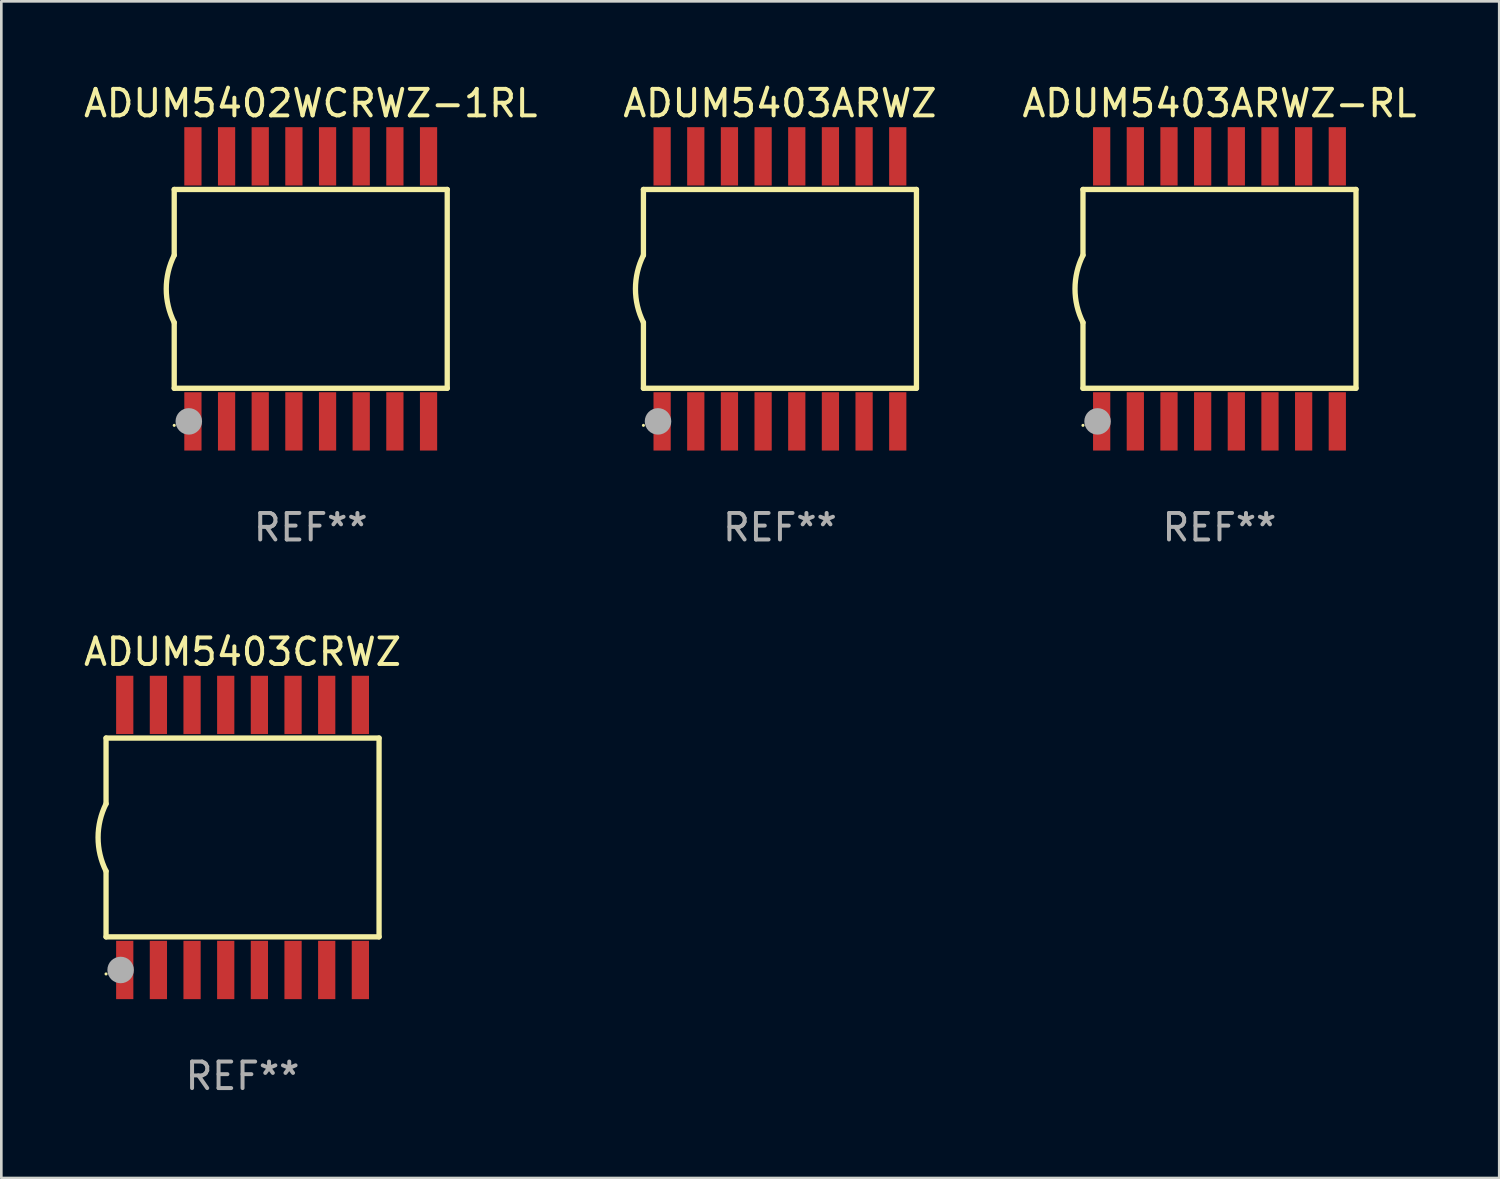
<source format=kicad_pcb>
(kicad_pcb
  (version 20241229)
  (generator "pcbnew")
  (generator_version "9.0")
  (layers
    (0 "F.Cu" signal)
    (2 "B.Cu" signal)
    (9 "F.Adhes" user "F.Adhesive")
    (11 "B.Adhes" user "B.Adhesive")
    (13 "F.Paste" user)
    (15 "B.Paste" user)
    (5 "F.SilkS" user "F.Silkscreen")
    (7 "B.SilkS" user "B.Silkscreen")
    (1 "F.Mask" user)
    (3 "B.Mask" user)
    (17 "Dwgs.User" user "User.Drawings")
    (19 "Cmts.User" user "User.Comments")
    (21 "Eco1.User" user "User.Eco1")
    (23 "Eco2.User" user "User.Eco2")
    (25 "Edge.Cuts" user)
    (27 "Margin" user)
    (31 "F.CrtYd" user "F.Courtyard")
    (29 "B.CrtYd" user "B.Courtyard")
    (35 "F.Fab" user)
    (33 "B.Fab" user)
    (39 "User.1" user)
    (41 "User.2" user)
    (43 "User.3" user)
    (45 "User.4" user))
  (footprint "ADUM5402WCRWZ-1RL"
    (layer "F.Cu")
    (at 8.673 7.848)
    (property "Reference" "ADUM5402WCRWZ-1RL" (at 0 -7 0) (layer "F.SilkS") (effects (font (size 1 1) (thickness 0.15))))
    (attr through_hole)
    (fp_line (start -5.15 -3.75) (end -5.15 -1.27) (stroke (width 0.2) (type solid)) (layer "F.SilkS"))
    (fp_line (start -5.15 -3.75) (end 5.15 -3.75) (stroke (width 0.2) (type solid)) (layer "F.SilkS"))
    (fp_line (start -5.15 3.75) (end -5.15 1.27) (stroke (width 0.2) (type solid)) (layer "F.SilkS"))
    (fp_line (start 5.15 -3.75) (end 5.15 3.75) (stroke (width 0.2) (type solid)) (layer "F.SilkS"))
    (fp_line (start 5.15 3.75) (end -5.15 3.75) (stroke (width 0.2) (type solid)) (layer "F.SilkS"))
    (fp_arc (start -5.151131 1.270003) (mid -5.450556 -0.000132) (end -5.150013 -1.270003) (stroke (width 0.2) (type solid)) (layer "F.SilkS"))
    (fp_circle (center -5.15 5.15) (end -5.12 5.15) (stroke (width 0.06) (type solid)) (fill no) (layer "F.SilkS"))
    (fp_circle (center -4.6 5) (end -4.35 5) (stroke (width 0.5) (type solid)) (fill no) (layer "F.Fab"))
    (fp_text user "REF**" (at 0 9 0) (layer "F.Fab") (effects (font (size 1 1) (thickness 0.15))))
    (pad "1" smd rect (at -4.445 5) (size 0.65 2.2) (layers "F.Cu" "F.Mask" "F.Paste"))
    (pad "2" smd rect (at -3.175 5) (size 0.65 2.2) (layers "F.Cu" "F.Mask" "F.Paste"))
    (pad "3" smd rect (at -1.905 5) (size 0.65 2.2) (layers "F.Cu" "F.Mask" "F.Paste"))
    (pad "4" smd rect (at -0.635 5) (size 0.65 2.2) (layers "F.Cu" "F.Mask" "F.Paste"))
    (pad "5" smd rect (at 0.635 5) (size 0.65 2.2) (layers "F.Cu" "F.Mask" "F.Paste"))
    (pad "6" smd rect (at 1.905 5) (size 0.65 2.2) (layers "F.Cu" "F.Mask" "F.Paste"))
    (pad "7" smd rect (at 3.175 5) (size 0.65 2.2) (layers "F.Cu" "F.Mask" "F.Paste"))
    (pad "8" smd rect (at 4.445 5) (size 0.65 2.2) (layers "F.Cu" "F.Mask" "F.Paste"))
    (pad "9" smd rect (at 4.445 -5) (size 0.65 2.2) (layers "F.Cu" "F.Mask" "F.Paste"))
    (pad "10" smd rect (at 3.175 -5) (size 0.65 2.2) (layers "F.Cu" "F.Mask" "F.Paste"))
    (pad "11" smd rect (at 1.905 -5) (size 0.65 2.2) (layers "F.Cu" "F.Mask" "F.Paste"))
    (pad "12" smd rect (at 0.635 -5) (size 0.65 2.2) (layers "F.Cu" "F.Mask" "F.Paste"))
    (pad "13" smd rect (at -0.635 -5) (size 0.65 2.2) (layers "F.Cu" "F.Mask" "F.Paste"))
    (pad "14" smd rect (at -1.905 -5) (size 0.65 2.2) (layers "F.Cu" "F.Mask" "F.Paste"))
    (pad "15" smd rect (at -3.175 -5) (size 0.65 2.2) (layers "F.Cu" "F.Mask" "F.Paste"))
    (pad "16" smd rect (at -4.445 -5) (size 0.65 2.2) (layers "F.Cu" "F.Mask" "F.Paste")))
  (footprint "ADUM5403CRWZ"
    (layer "F.Cu")
    (at 6.101 28.545)
    (property "Reference" "ADUM5403CRWZ" (at 0 -7 0) (layer "F.SilkS") (effects (font (size 1 1) (thickness 0.15))))
    (attr through_hole)
    (fp_line (start -5.15 -3.75) (end -5.15 -1.27) (stroke (width 0.2) (type solid)) (layer "F.SilkS"))
    (fp_line (start -5.15 -3.75) (end 5.15 -3.75) (stroke (width 0.2) (type solid)) (layer "F.SilkS"))
    (fp_line (start -5.15 3.75) (end -5.15 1.27) (stroke (width 0.2) (type solid)) (layer "F.SilkS"))
    (fp_line (start 5.15 -3.75) (end 5.15 3.75) (stroke (width 0.2) (type solid)) (layer "F.SilkS"))
    (fp_line (start 5.15 3.75) (end -5.15 3.75) (stroke (width 0.2) (type solid)) (layer "F.SilkS"))
    (fp_arc (start -5.151131 1.270003) (mid -5.450556 -0.000132) (end -5.150013 -1.270003) (stroke (width 0.2) (type solid)) (layer "F.SilkS"))
    (fp_circle (center -5.15 5.15) (end -5.12 5.15) (stroke (width 0.06) (type solid)) (fill no) (layer "F.SilkS"))
    (fp_circle (center -4.6 5) (end -4.35 5) (stroke (width 0.5) (type solid)) (fill no) (layer "F.Fab"))
    (fp_text user "REF**" (at 0 9 0) (layer "F.Fab") (effects (font (size 1 1) (thickness 0.15))))
    (pad "1" smd rect (at -4.445 5) (size 0.65 2.2) (layers "F.Cu" "F.Mask" "F.Paste"))
    (pad "2" smd rect (at -3.175 5) (size 0.65 2.2) (layers "F.Cu" "F.Mask" "F.Paste"))
    (pad "3" smd rect (at -1.905 5) (size 0.65 2.2) (layers "F.Cu" "F.Mask" "F.Paste"))
    (pad "4" smd rect (at -0.635 5) (size 0.65 2.2) (layers "F.Cu" "F.Mask" "F.Paste"))
    (pad "5" smd rect (at 0.635 5) (size 0.65 2.2) (layers "F.Cu" "F.Mask" "F.Paste"))
    (pad "6" smd rect (at 1.905 5) (size 0.65 2.2) (layers "F.Cu" "F.Mask" "F.Paste"))
    (pad "7" smd rect (at 3.175 5) (size 0.65 2.2) (layers "F.Cu" "F.Mask" "F.Paste"))
    (pad "8" smd rect (at 4.445 5) (size 0.65 2.2) (layers "F.Cu" "F.Mask" "F.Paste"))
    (pad "9" smd rect (at 4.445 -5) (size 0.65 2.2) (layers "F.Cu" "F.Mask" "F.Paste"))
    (pad "10" smd rect (at 3.175 -5) (size 0.65 2.2) (layers "F.Cu" "F.Mask" "F.Paste"))
    (pad "11" smd rect (at 1.905 -5) (size 0.65 2.2) (layers "F.Cu" "F.Mask" "F.Paste"))
    (pad "12" smd rect (at 0.635 -5) (size 0.65 2.2) (layers "F.Cu" "F.Mask" "F.Paste"))
    (pad "13" smd rect (at -0.635 -5) (size 0.65 2.2) (layers "F.Cu" "F.Mask" "F.Paste"))
    (pad "14" smd rect (at -1.905 -5) (size 0.65 2.2) (layers "F.Cu" "F.Mask" "F.Paste"))
    (pad "15" smd rect (at -3.175 -5) (size 0.65 2.2) (layers "F.Cu" "F.Mask" "F.Paste"))
    (pad "16" smd rect (at -4.445 -5) (size 0.65 2.2) (layers "F.Cu" "F.Mask" "F.Paste")))
  (footprint "ADUM5403ARWZ"
    (layer "F.Cu")
    (at 26.375 7.848)
    (property "Reference" "ADUM5403ARWZ" (at 0 -7 0) (layer "F.SilkS") (effects (font (size 1 1) (thickness 0.15))))
    (attr through_hole)
    (fp_line (start -5.15 -3.75) (end -5.15 -1.27) (stroke (width 0.2) (type solid)) (layer "F.SilkS"))
    (fp_line (start -5.15 -3.75) (end 5.15 -3.75) (stroke (width 0.2) (type solid)) (layer "F.SilkS"))
    (fp_line (start -5.15 3.75) (end -5.15 1.27) (stroke (width 0.2) (type solid)) (layer "F.SilkS"))
    (fp_line (start 5.15 -3.75) (end 5.15 3.75) (stroke (width 0.2) (type solid)) (layer "F.SilkS"))
    (fp_line (start 5.15 3.75) (end -5.15 3.75) (stroke (width 0.2) (type solid)) (layer "F.SilkS"))
    (fp_arc (start -5.151131 1.270003) (mid -5.450556 -0.000132) (end -5.150013 -1.270003) (stroke (width 0.2) (type solid)) (layer "F.SilkS"))
    (fp_circle (center -5.15 5.15) (end -5.12 5.15) (stroke (width 0.06) (type solid)) (fill no) (layer "F.SilkS"))
    (fp_circle (center -4.6 5) (end -4.35 5) (stroke (width 0.5) (type solid)) (fill no) (layer "F.Fab"))
    (fp_text user "REF**" (at 0 9 0) (layer "F.Fab") (effects (font (size 1 1) (thickness 0.15))))
    (pad "1" smd rect (at -4.445 5) (size 0.65 2.2) (layers "F.Cu" "F.Mask" "F.Paste"))
    (pad "2" smd rect (at -3.175 5) (size 0.65 2.2) (layers "F.Cu" "F.Mask" "F.Paste"))
    (pad "3" smd rect (at -1.905 5) (size 0.65 2.2) (layers "F.Cu" "F.Mask" "F.Paste"))
    (pad "4" smd rect (at -0.635 5) (size 0.65 2.2) (layers "F.Cu" "F.Mask" "F.Paste"))
    (pad "5" smd rect (at 0.635 5) (size 0.65 2.2) (layers "F.Cu" "F.Mask" "F.Paste"))
    (pad "6" smd rect (at 1.905 5) (size 0.65 2.2) (layers "F.Cu" "F.Mask" "F.Paste"))
    (pad "7" smd rect (at 3.175 5) (size 0.65 2.2) (layers "F.Cu" "F.Mask" "F.Paste"))
    (pad "8" smd rect (at 4.445 5) (size 0.65 2.2) (layers "F.Cu" "F.Mask" "F.Paste"))
    (pad "9" smd rect (at 4.445 -5) (size 0.65 2.2) (layers "F.Cu" "F.Mask" "F.Paste"))
    (pad "10" smd rect (at 3.175 -5) (size 0.65 2.2) (layers "F.Cu" "F.Mask" "F.Paste"))
    (pad "11" smd rect (at 1.905 -5) (size 0.65 2.2) (layers "F.Cu" "F.Mask" "F.Paste"))
    (pad "12" smd rect (at 0.635 -5) (size 0.65 2.2) (layers "F.Cu" "F.Mask" "F.Paste"))
    (pad "13" smd rect (at -0.635 -5) (size 0.65 2.2) (layers "F.Cu" "F.Mask" "F.Paste"))
    (pad "14" smd rect (at -1.905 -5) (size 0.65 2.2) (layers "F.Cu" "F.Mask" "F.Paste"))
    (pad "15" smd rect (at -3.175 -5) (size 0.65 2.2) (layers "F.Cu" "F.Mask" "F.Paste"))
    (pad "16" smd rect (at -4.445 -5) (size 0.65 2.2) (layers "F.Cu" "F.Mask" "F.Paste")))
  (footprint "ADUM5403ARWZ-RL"
    (layer "F.Cu")
    (at 42.958 7.848)
    (property "Reference" "ADUM5403ARWZ-RL" (at 0 -7 0) (layer "F.SilkS") (effects (font (size 1 1) (thickness 0.15))))
    (attr through_hole)
    (fp_line (start -5.15 -3.75) (end -5.15 -1.27) (stroke (width 0.2) (type solid)) (layer "F.SilkS"))
    (fp_line (start -5.15 -3.75) (end 5.15 -3.75) (stroke (width 0.2) (type solid)) (layer "F.SilkS"))
    (fp_line (start -5.15 3.75) (end -5.15 1.27) (stroke (width 0.2) (type solid)) (layer "F.SilkS"))
    (fp_line (start 5.15 -3.75) (end 5.15 3.75) (stroke (width 0.2) (type solid)) (layer "F.SilkS"))
    (fp_line (start 5.15 3.75) (end -5.15 3.75) (stroke (width 0.2) (type solid)) (layer "F.SilkS"))
    (fp_arc (start -5.151131 1.270003) (mid -5.450556 -0.000132) (end -5.150013 -1.270003) (stroke (width 0.2) (type solid)) (layer "F.SilkS"))
    (fp_circle (center -5.15 5.15) (end -5.12 5.15) (stroke (width 0.06) (type solid)) (fill no) (layer "F.SilkS"))
    (fp_circle (center -4.6 5) (end -4.35 5) (stroke (width 0.5) (type solid)) (fill no) (layer "F.Fab"))
    (fp_text user "REF**" (at 0 9 0) (layer "F.Fab") (effects (font (size 1 1) (thickness 0.15))))
    (pad "1" smd rect (at -4.445 5) (size 0.65 2.2) (layers "F.Cu" "F.Mask" "F.Paste"))
    (pad "2" smd rect (at -3.175 5) (size 0.65 2.2) (layers "F.Cu" "F.Mask" "F.Paste"))
    (pad "3" smd rect (at -1.905 5) (size 0.65 2.2) (layers "F.Cu" "F.Mask" "F.Paste"))
    (pad "4" smd rect (at -0.635 5) (size 0.65 2.2) (layers "F.Cu" "F.Mask" "F.Paste"))
    (pad "5" smd rect (at 0.635 5) (size 0.65 2.2) (layers "F.Cu" "F.Mask" "F.Paste"))
    (pad "6" smd rect (at 1.905 5) (size 0.65 2.2) (layers "F.Cu" "F.Mask" "F.Paste"))
    (pad "7" smd rect (at 3.175 5) (size 0.65 2.2) (layers "F.Cu" "F.Mask" "F.Paste"))
    (pad "8" smd rect (at 4.445 5) (size 0.65 2.2) (layers "F.Cu" "F.Mask" "F.Paste"))
    (pad "9" smd rect (at 4.445 -5) (size 0.65 2.2) (layers "F.Cu" "F.Mask" "F.Paste"))
    (pad "10" smd rect (at 3.175 -5) (size 0.65 2.2) (layers "F.Cu" "F.Mask" "F.Paste"))
    (pad "11" smd rect (at 1.905 -5) (size 0.65 2.2) (layers "F.Cu" "F.Mask" "F.Paste"))
    (pad "12" smd rect (at 0.635 -5) (size 0.65 2.2) (layers "F.Cu" "F.Mask" "F.Paste"))
    (pad "13" smd rect (at -0.635 -5) (size 0.65 2.2) (layers "F.Cu" "F.Mask" "F.Paste"))
    (pad "14" smd rect (at -1.905 -5) (size 0.65 2.2) (layers "F.Cu" "F.Mask" "F.Paste"))
    (pad "15" smd rect (at -3.175 -5) (size 0.65 2.2) (layers "F.Cu" "F.Mask" "F.Paste"))
    (pad "16" smd rect (at -4.445 -5) (size 0.65 2.2) (layers "F.Cu" "F.Mask" "F.Paste")))
  (gr_rect
    (start -3 -3)
    (end 53.512 41.393)
    (stroke (width 0.1) (type default))
    (fill no)
    (layer "Edge.Cuts")))
</source>
